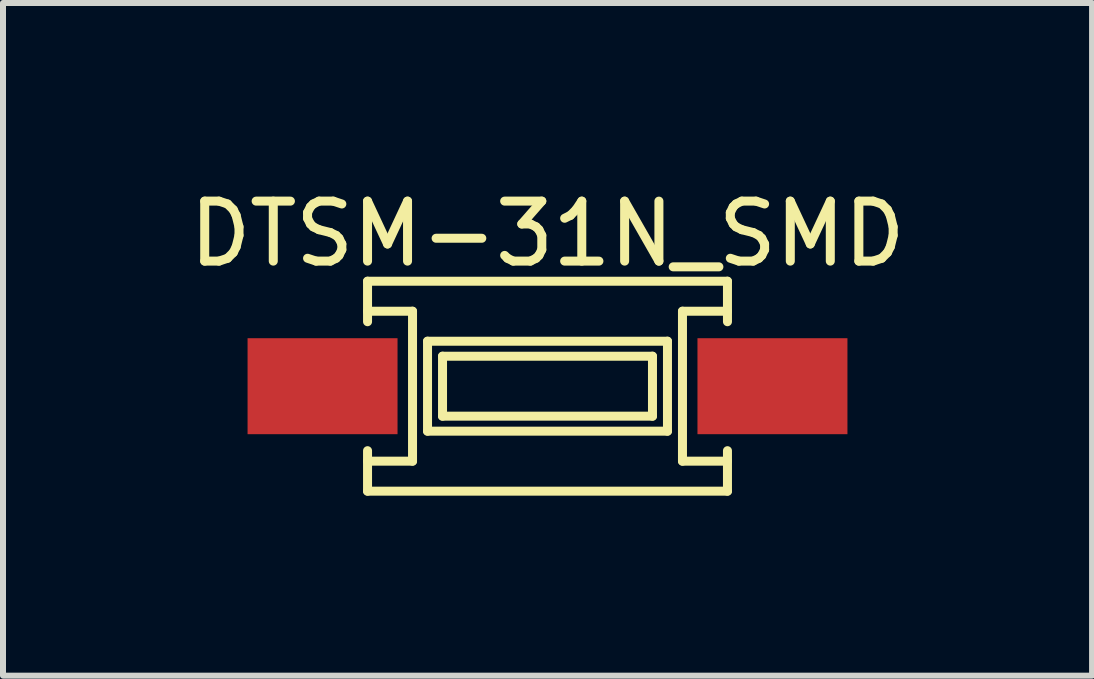
<source format=kicad_pcb>
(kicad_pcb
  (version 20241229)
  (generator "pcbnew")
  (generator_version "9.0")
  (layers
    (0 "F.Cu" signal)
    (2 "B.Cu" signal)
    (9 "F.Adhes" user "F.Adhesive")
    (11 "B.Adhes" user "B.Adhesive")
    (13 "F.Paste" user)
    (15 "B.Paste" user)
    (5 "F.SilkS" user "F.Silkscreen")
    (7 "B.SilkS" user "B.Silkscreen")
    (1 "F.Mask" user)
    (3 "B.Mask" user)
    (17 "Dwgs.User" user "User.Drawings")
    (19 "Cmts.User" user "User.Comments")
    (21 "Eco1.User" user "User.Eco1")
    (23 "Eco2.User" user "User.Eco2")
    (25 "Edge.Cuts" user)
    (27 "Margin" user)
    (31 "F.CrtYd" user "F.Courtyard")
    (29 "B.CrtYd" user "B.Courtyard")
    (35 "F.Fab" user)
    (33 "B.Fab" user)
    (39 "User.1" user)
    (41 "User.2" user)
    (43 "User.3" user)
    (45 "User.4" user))
  (footprint "DTSM-31N_SMD"
    (layer "F.Cu")
    (at 6.077 3.388)
    (property "Reference" "DTSM-31N_SMD" (at 0 -2.54 0) (layer "F.SilkS") (effects (font (size 1 1) (thickness 0.15))))
    (attr through_hole)
    (fp_line (start -3 -1.75) (end -3 -1.075) (stroke (width 0.15) (type solid)) (layer "F.SilkS"))
    (fp_line (start -3 -1.25) (end -2.25 -1.25) (stroke (width 0.15) (type solid)) (layer "F.SilkS"))
    (fp_line (start -3 1.75) (end -3 1.075) (stroke (width 0.15) (type solid)) (layer "F.SilkS"))
    (fp_line (start -3 1.75) (end 3 1.75) (stroke (width 0.15) (type solid)) (layer "F.SilkS"))
    (fp_line (start -2.25 -1.25) (end -2.25 1.25) (stroke (width 0.15) (type solid)) (layer "F.SilkS"))
    (fp_line (start -2.25 1.25) (end -3 1.25) (stroke (width 0.15) (type solid)) (layer "F.SilkS"))
    (fp_line (start -2 -0.75) (end -2 0.75) (stroke (width 0.15) (type solid)) (layer "F.SilkS"))
    (fp_line (start -2 0.75) (end 2 0.75) (stroke (width 0.15) (type solid)) (layer "F.SilkS"))
    (fp_line (start -1.75 -0.5) (end -1.75 0.5) (stroke (width 0.15) (type solid)) (layer "F.SilkS"))
    (fp_line (start -1.75 0.5) (end 1.75 0.5) (stroke (width 0.15) (type solid)) (layer "F.SilkS"))
    (fp_line (start 1.75 -0.5) (end -1.75 -0.5) (stroke (width 0.15) (type solid)) (layer "F.SilkS"))
    (fp_line (start 1.75 0.5) (end 1.75 -0.5) (stroke (width 0.15) (type solid)) (layer "F.SilkS"))
    (fp_line (start 2 -0.75) (end -2 -0.75) (stroke (width 0.15) (type solid)) (layer "F.SilkS"))
    (fp_line (start 2 0.75) (end 2 -0.75) (stroke (width 0.15) (type solid)) (layer "F.SilkS"))
    (fp_line (start 2.25 -1.25) (end 2.25 1.25) (stroke (width 0.15) (type solid)) (layer "F.SilkS"))
    (fp_line (start 2.25 1.25) (end 3 1.25) (stroke (width 0.15) (type solid)) (layer "F.SilkS"))
    (fp_line (start 3 -1.75) (end -3 -1.75) (stroke (width 0.15) (type solid)) (layer "F.SilkS"))
    (fp_line (start 3 -1.75) (end 3 -1.075) (stroke (width 0.15) (type solid)) (layer "F.SilkS"))
    (fp_line (start 3 -1.25) (end 2.25 -1.25) (stroke (width 0.15) (type solid)) (layer "F.SilkS"))
    (fp_line (start 3 1.75) (end 3 1.075) (stroke (width 0.15) (type solid)) (layer "F.SilkS"))
    (pad "1" smd rect (at -3.75 0) (size 2.5 1.6) (layers "F.Cu" "F.Mask" "F.Paste"))
    (pad "2" smd rect (at 3.75 0) (size 2.5 1.6) (layers "F.Cu" "F.Mask" "F.Paste")))
  (gr_rect
    (start -3 -3)
    (end 15.155 8.213)
    (stroke (width 0.1) (type default))
    (fill no)
    (layer "Edge.Cuts")))
</source>
